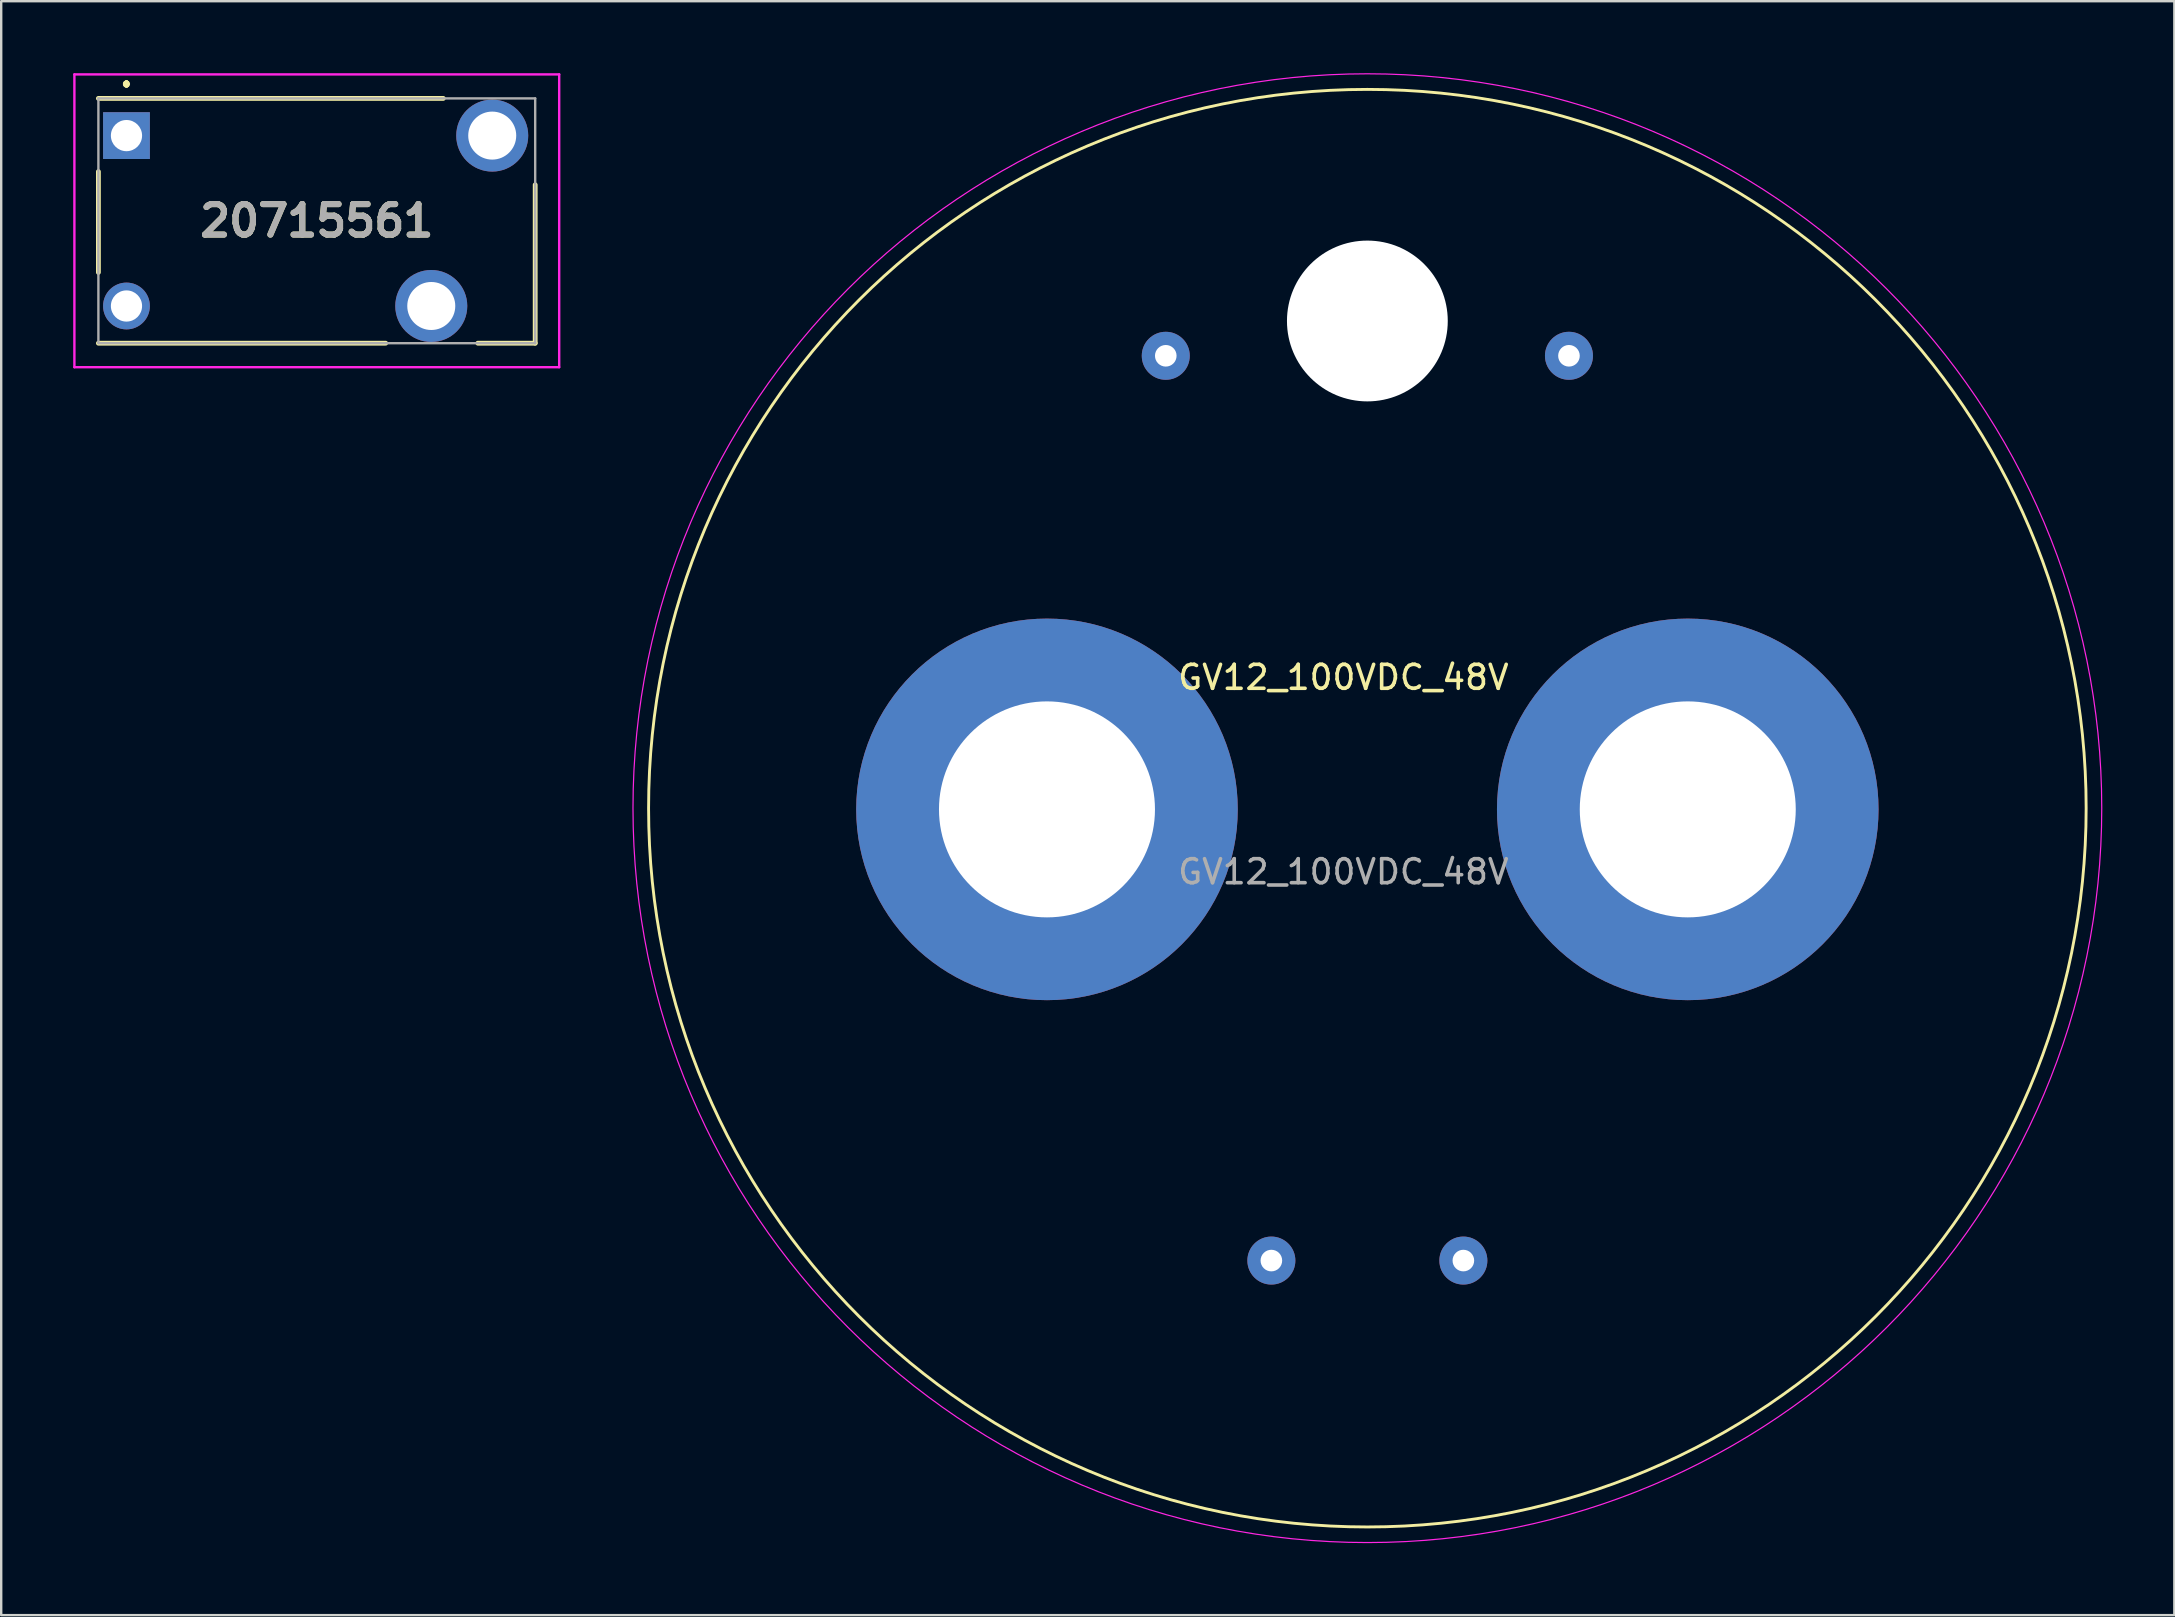
<source format=kicad_pcb>
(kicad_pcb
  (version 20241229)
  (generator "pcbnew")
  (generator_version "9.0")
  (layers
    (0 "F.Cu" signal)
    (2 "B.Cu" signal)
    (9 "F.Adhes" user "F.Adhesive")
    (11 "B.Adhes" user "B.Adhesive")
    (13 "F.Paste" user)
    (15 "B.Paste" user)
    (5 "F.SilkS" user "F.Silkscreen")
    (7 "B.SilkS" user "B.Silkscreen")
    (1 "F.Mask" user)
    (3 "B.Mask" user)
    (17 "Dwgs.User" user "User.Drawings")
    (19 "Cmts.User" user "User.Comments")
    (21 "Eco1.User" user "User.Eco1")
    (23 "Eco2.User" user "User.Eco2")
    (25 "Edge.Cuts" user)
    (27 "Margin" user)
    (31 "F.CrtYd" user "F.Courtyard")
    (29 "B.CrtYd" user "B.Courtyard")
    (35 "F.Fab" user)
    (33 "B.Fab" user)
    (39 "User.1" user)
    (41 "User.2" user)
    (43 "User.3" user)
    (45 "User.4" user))
  (footprint "GV12_100VDC_48V"
    (layer "F.Cu")
    (at 53.925 30.625)
    (property "Reference" "GV12_100VDC_48V" (at -1 -5.45 0) (unlocked yes) (layer "F.SilkS") (effects (font (size 1 1) (thickness 0.15))))
    (attr through_hole)
    (fp_circle (center 0 0) (end 29.95 0) (stroke (width 0.12) (type solid)) (fill no) (layer "F.SilkS"))
    (fp_circle (center 0 0) (end 30.6 0) (stroke (width 0.05) (type solid)) (fill no) (layer "F.CrtYd"))
    (fp_text user "${REFERENCE}" (at -1 2.65 0) (unlocked yes) (layer "F.Fab") (effects (font (size 1 1) (thickness 0.15))))
    (pad "" np_thru_hole circle (at 0 -20.3) (size 6.7 6.7) (drill 6.7) (layers "*.Cu" "*.Mask"))
    (pad "1" thru_hole circle (at -13.35 0.05) (size 15.9 15.9) (drill 9) (layers "*.Cu" "*.Mask"))
    (pad "2" thru_hole circle (at 13.35 0.05) (size 15.9 15.9) (drill 9) (layers "*.Cu" "*.Mask"))
    (pad "3" thru_hole circle (at -8.4 -18.85) (size 2 2) (drill 0.9) (layers "*.Cu" "*.Mask"))
    (pad "4" thru_hole circle (at 8.4 -18.85) (size 2 2) (drill 0.9) (layers "*.Cu" "*.Mask"))
    (pad "5" thru_hole circle (at -4 18.85) (size 2 2) (drill 0.9) (layers "*.Cu" "*.Mask"))
    (pad "6" thru_hole circle (at 4 18.85) (size 2 2) (drill 0.9) (layers "*.Cu" "*.Mask")))
  (footprint "20715561"
    (layer "F.Cu")
    (at 2.22 2.6)
    (property "Reference" "20715561" (at 7.93 3.55 0) (layer "F.SilkS") (effects (font (size 1.27 1.27) (thickness 0.254))))
    (attr through_hole)
    (fp_line (start -1.17 -1.55) (end 13.2 -1.55) (stroke (width 0.2) (type solid)) (layer "F.SilkS"))
    (fp_line (start -1.17 1.5) (end -1.17 5.7) (stroke (width 0.2) (type solid)) (layer "F.SilkS"))
    (fp_line (start -1.17 8.65) (end 10.8 8.65) (stroke (width 0.2) (type solid)) (layer "F.SilkS"))
    (fp_line (start 0 -2.2) (end 0 -2.2) (stroke (width 0.2) (type solid)) (layer "F.SilkS"))
    (fp_line (start 0 -2.2) (end 0 -2.2) (stroke (width 0.2) (type solid)) (layer "F.SilkS"))
    (fp_line (start 0 -2.1) (end 0 -2.1) (stroke (width 0.2) (type solid)) (layer "F.SilkS"))
    (fp_line (start 17.03 2.05) (end 17.03 8.65) (stroke (width 0.2) (type solid)) (layer "F.SilkS"))
    (fp_line (start 17.03 8.65) (end 14.64 8.65) (stroke (width 0.2) (type solid)) (layer "F.SilkS"))
    (fp_arc (start 0 -2.2) (mid 0.05 -2.15) (end 0 -2.1) (stroke (width 0.2) (type solid)) (layer "F.SilkS"))
    (fp_arc (start 0 -2.1) (mid -0.05 -2.15) (end 0 -2.2) (stroke (width 0.2) (type solid)) (layer "F.SilkS"))
    (fp_arc (start 0 -2.1) (mid -0.05 -2.15) (end 0 -2.2) (stroke (width 0.2) (type solid)) (layer "F.SilkS"))
    (fp_line (start -2.17 -2.55) (end -2.17 9.65) (stroke (width 0.1) (type solid)) (layer "F.CrtYd"))
    (fp_line (start -2.17 9.65) (end 18.03 9.65) (stroke (width 0.1) (type solid)) (layer "F.CrtYd"))
    (fp_line (start 18.03 -2.55) (end -2.17 -2.55) (stroke (width 0.1) (type solid)) (layer "F.CrtYd"))
    (fp_line (start 18.03 9.65) (end 18.03 -2.55) (stroke (width 0.1) (type solid)) (layer "F.CrtYd"))
    (fp_line (start -1.17 -1.55) (end 17.03 -1.55) (stroke (width 0.1) (type solid)) (layer "F.Fab"))
    (fp_line (start -1.17 8.65) (end -1.17 -1.55) (stroke (width 0.1) (type solid)) (layer "F.Fab"))
    (fp_line (start 17.03 -1.55) (end 17.03 8.65) (stroke (width 0.1) (type solid)) (layer "F.Fab"))
    (fp_line (start 17.03 8.65) (end -1.17 8.65) (stroke (width 0.1) (type solid)) (layer "F.Fab"))
    (fp_text user "${REFERENCE}" (at 7.93 3.55 0) (layer "F.Fab") (effects (font (size 1.27 1.27) (thickness 0.254))))
    (pad "1" thru_hole rect (at 0 0) (size 1.95 1.95) (drill 1.3) (layers "*.Cu" "*.Mask"))
    (pad "2" thru_hole circle (at 0 7.1) (size 1.95 1.95) (drill 1.3) (layers "*.Cu" "*.Mask"))
    (pad "3" thru_hole circle (at 12.7 7.1) (size 3 3) (drill 2) (layers "*.Cu" "*.Mask"))
    (pad "4" thru_hole circle (at 15.24 0) (size 3 3) (drill 2) (layers "*.Cu" "*.Mask")))
  (gr_rect
    (start -3 -3)
    (end 87.55 64.25)
    (stroke (width 0.1) (type default))
    (fill no)
    (layer "Edge.Cuts")))
</source>
